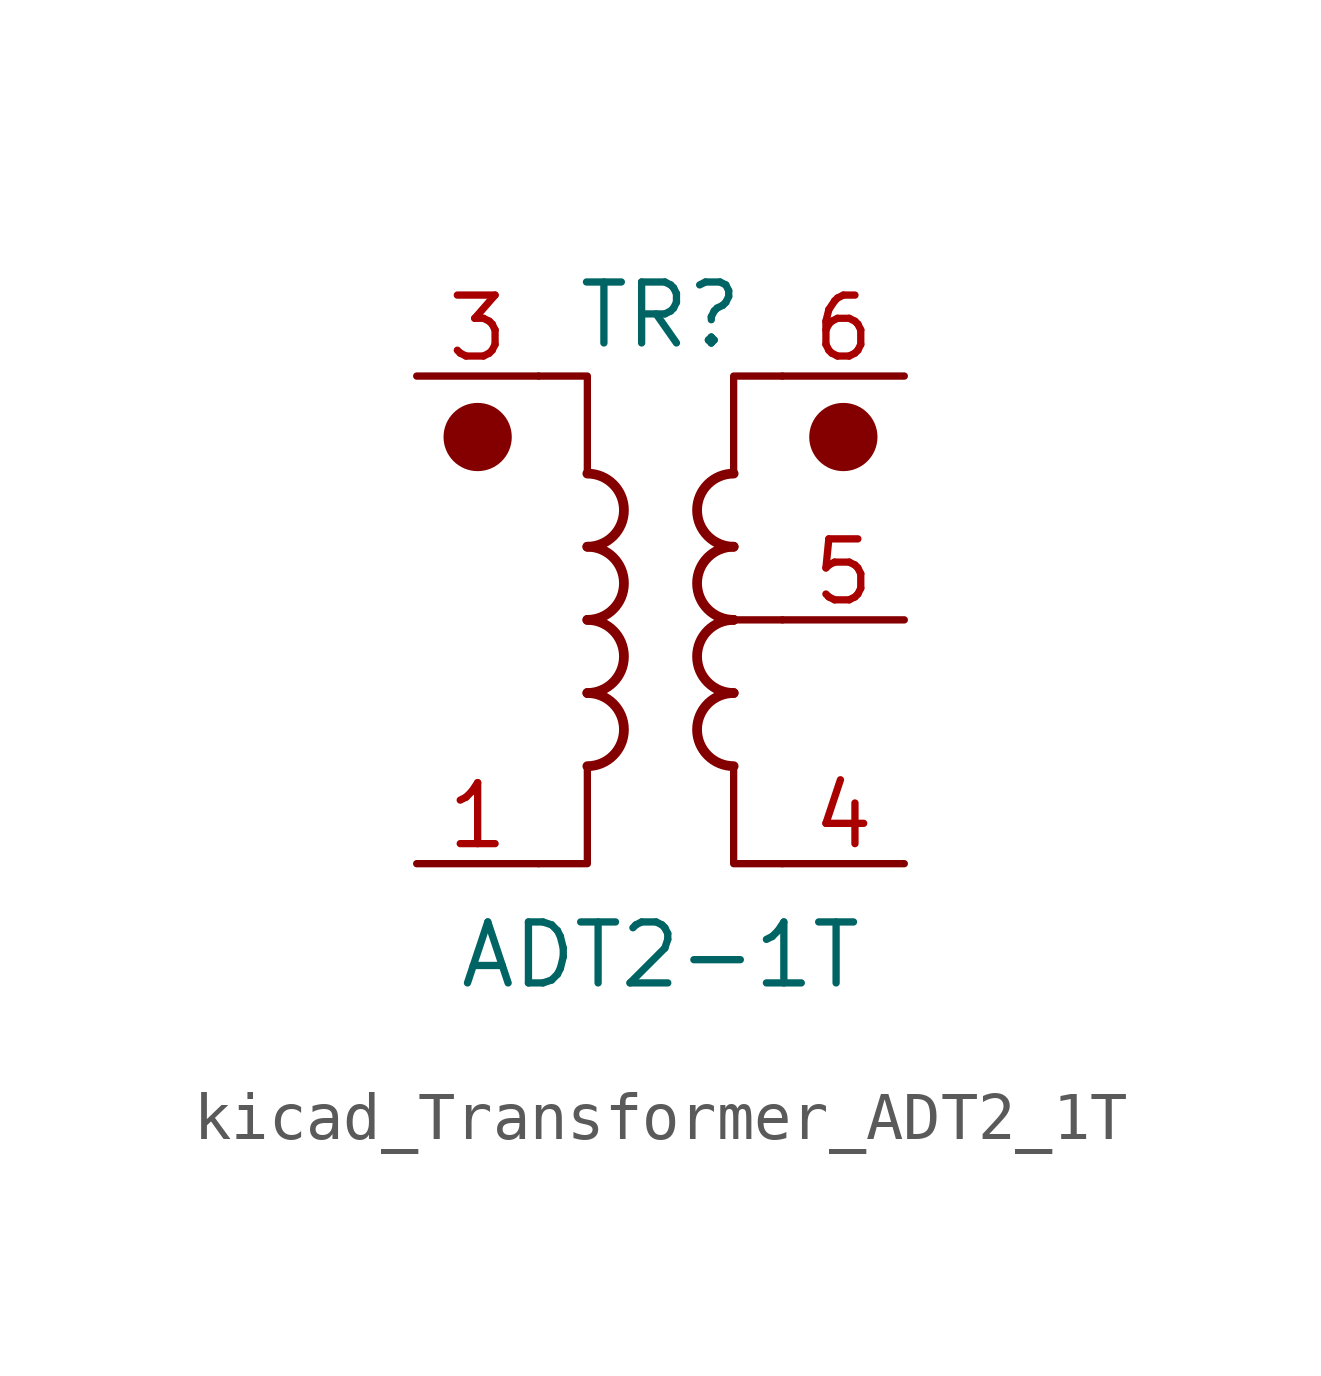
<source format=kicad_sym>
(kicad_symbol_lib
  (version 20220914)
  (generator kicad_symbol_editor)
  (symbol "kicad_Transformer_ADT2_1T"
    (pin_names hide)
    (property "Reference" "TR"
      (at 0 6.35 0)
      (effects (font (size 1.27 1.27))))
    (property "Value" "ADT2-1T"
      (at 0 -6.985 0)
      (effects (font (size 1.27 1.27))))
    (symbol "kicad_Transformer_ADT2_1T_0_1"
      (circle (center -3.81 3.81) (radius 0.635) (stroke (width 0) (type default)) (fill (type outline)))
      (arc (start -1.524 -3.048) (mid -0.7653 -2.286) (end -1.524 -1.524) (stroke (width 0.2032) (type default)) (fill (type none)))
      (arc (start -1.524 -1.524) (mid -0.7653 -0.762) (end -1.524 0) (stroke (width 0.2032) (type default)) (fill (type none)))
      (arc (start -1.524 0) (mid -0.7653 0.762) (end -1.524 1.524) (stroke (width 0.2032) (type default)) (fill (type none)))
      (arc (start -1.524 1.524) (mid -0.7653 2.286) (end -1.524 3.048) (stroke (width 0.2032) (type default)) (fill (type none)))
      (polyline (pts (xy 2.54 0) (xy 1.27 0)) (stroke (width 0.152) (type default)) (fill (type none)))
      (polyline (pts (xy -2.54 5.08) (xy -1.524 5.08) (xy -1.524 3.048)) (stroke (width 0.152) (type default)) (fill (type none)))
      (polyline (pts (xy -1.524 -3.048) (xy -1.524 -5.08) (xy -2.54 -5.08)) (stroke (width 0.152) (type default)) (fill (type none)))
      (polyline (pts (xy 1.524 3.048) (xy 1.524 5.08) (xy 2.54 5.08)) (stroke (width 0.152) (type default)) (fill (type none)))
      (polyline (pts (xy 2.54 -5.08) (xy 1.524 -5.08) (xy 1.524 -3.048)) (stroke (width 0.152) (type default)) (fill (type none)))
      (arc (start 1.524 -1.524) (mid 0.7653 -2.286) (end 1.524 -3.048) (stroke (width 0.2032) (type default)) (fill (type none)))
      (arc (start 1.524 0) (mid 0.7653 -0.762) (end 1.524 -1.524) (stroke (width 0.2032) (type default)) (fill (type none)))
      (arc (start 1.524 1.524) (mid 0.7653 0.762) (end 1.524 0) (stroke (width 0.2032) (type default)) (fill (type none)))
      (arc (start 1.524 3.048) (mid 0.7653 2.286) (end 1.524 1.524) (stroke (width 0.2032) (type default)) (fill (type none)))
      (circle (center 3.81 3.81) (radius 0.635) (stroke (width 0) (type default)) (fill (type outline))))
    (symbol "kicad_Transformer_ADT2_1T_1_1"
      (pin passive line (at -5.08 -5.08 0) (length 2.54) (name "~" (effects (font (size 1.27 1.27)))) (number "1" (effects (font (size 1.27 1.27)))))
      (pin no_connect line (at -2.54 0 0) (length 2.54) hide (name "~" (effects (font (size 1.27 1.27)))) (number "2" (effects (font (size 1.27 1.27)))))
      (pin passive line (at -5.08 5.08 0) (length 2.54) (name "~" (effects (font (size 1.27 1.27)))) (number "3" (effects (font (size 1.27 1.27)))))
      (pin passive line (at 5.08 -5.08 180) (length 2.54) (name "~" (effects (font (size 1.27 1.27)))) (number "4" (effects (font (size 1.27 1.27)))))
      (pin passive line (at 5.08 0 180) (length 2.54) (name "~" (effects (font (size 1.27 1.27)))) (number "5" (effects (font (size 1.27 1.27)))))
      (pin passive line (at 5.08 5.08 180) (length 2.54) (name "~" (effects (font (size 1.27 1.27)))) (number "6" (effects (font (size 1.27 1.27))))))))
</source>
